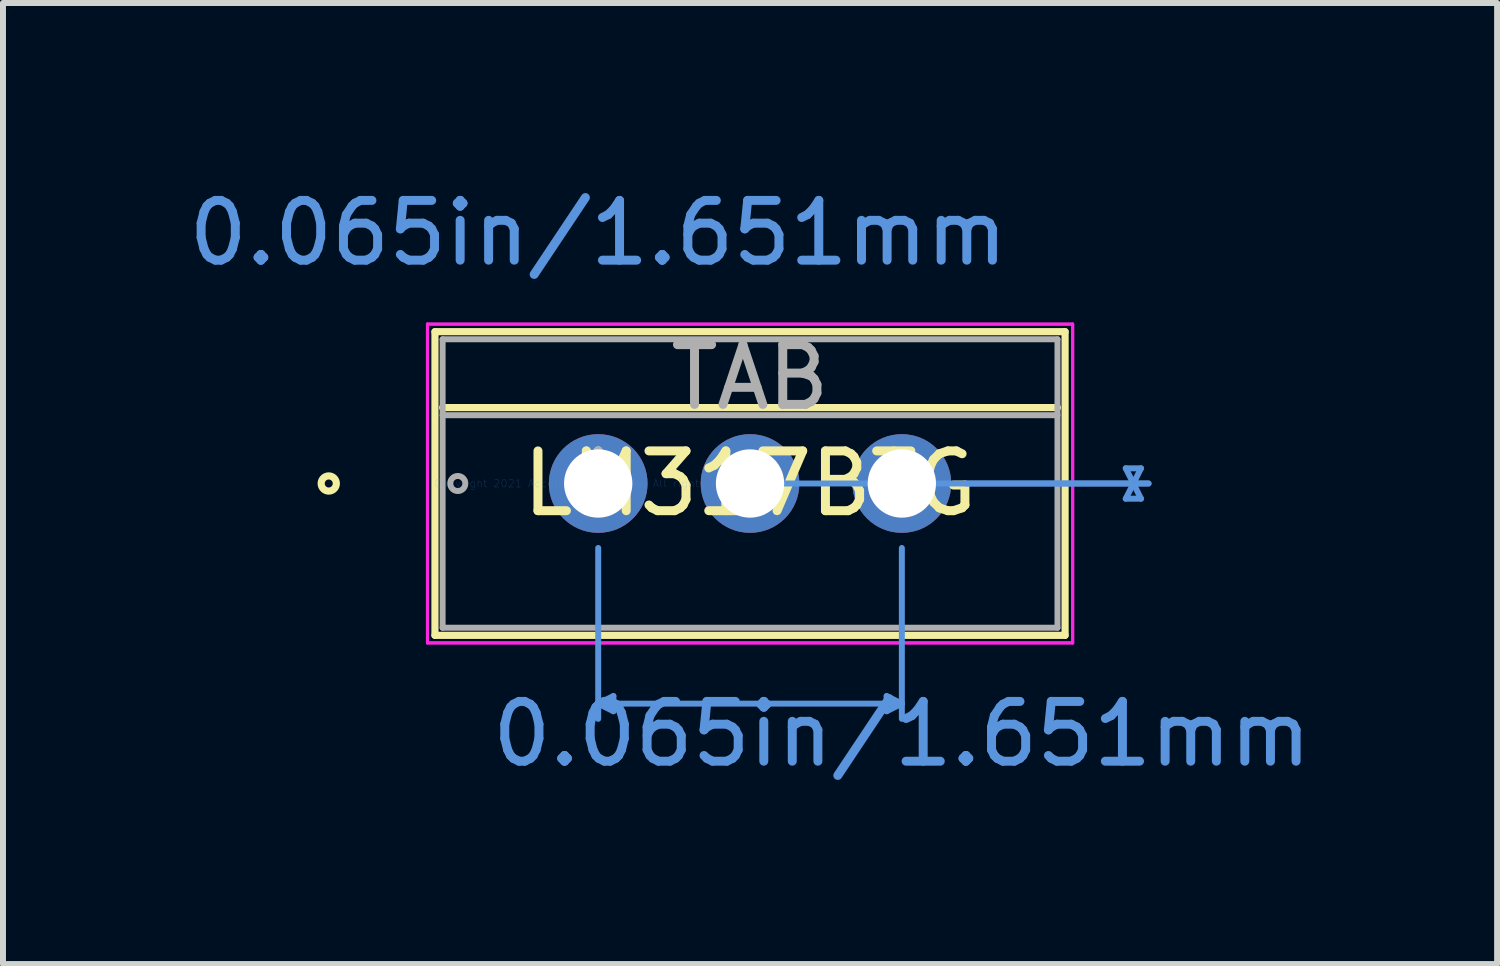
<source format=kicad_pcb>
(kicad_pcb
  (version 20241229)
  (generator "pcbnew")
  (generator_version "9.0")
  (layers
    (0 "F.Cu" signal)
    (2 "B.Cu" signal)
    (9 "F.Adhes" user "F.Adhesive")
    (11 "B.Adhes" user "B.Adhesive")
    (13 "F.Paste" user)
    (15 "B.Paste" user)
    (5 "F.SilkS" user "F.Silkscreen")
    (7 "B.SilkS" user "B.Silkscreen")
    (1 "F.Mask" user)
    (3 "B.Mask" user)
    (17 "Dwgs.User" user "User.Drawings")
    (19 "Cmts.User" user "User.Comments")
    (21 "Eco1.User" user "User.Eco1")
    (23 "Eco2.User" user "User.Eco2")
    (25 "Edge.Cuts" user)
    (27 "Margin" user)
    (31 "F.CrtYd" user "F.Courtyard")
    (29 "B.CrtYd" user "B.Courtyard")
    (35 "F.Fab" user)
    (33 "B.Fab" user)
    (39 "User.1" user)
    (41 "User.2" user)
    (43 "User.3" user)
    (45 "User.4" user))
  (footprint "LM317BTG"
    (layer "F.Cu")
    (at 6.958 5.039)
    (property "Reference" "LM317BTG" (at 2.54 0 0) (layer "F.SilkS") (effects (font (size 1 1) (thickness 0.15))))
    (attr through_hole)
    (fp_line (start -2.731 -2.54) (end -2.731 2.54) (stroke (width 0.12) (type solid)) (layer "F.SilkS"))
    (fp_line (start -2.731 2.54) (end 7.811 2.54) (stroke (width 0.12) (type solid)) (layer "F.SilkS"))
    (fp_line (start -2.603 -1.27) (end 7.684 -1.27) (stroke (width 0.12) (type solid)) (layer "F.SilkS"))
    (fp_line (start 7.811 -2.54) (end -2.731 -2.54) (stroke (width 0.12) (type solid)) (layer "F.SilkS"))
    (fp_line (start 7.811 2.54) (end 7.811 -2.54) (stroke (width 0.12) (type solid)) (layer "F.SilkS"))
    (fp_circle (center -4.508 0) (end -4.381 0) (stroke (width 0.12) (type solid)) (fill no) (layer "F.SilkS"))
    (fp_line (start 0 1.079) (end 0 3.937) (stroke (width 0.1) (type solid)) (layer "Cmts.User"))
    (fp_line (start 0 3.683) (end 0.254 3.556) (stroke (width 0.1) (type solid)) (layer "Cmts.User"))
    (fp_line (start 0.254 3.556) (end 0.254 3.81) (stroke (width 0.1) (type solid)) (layer "Cmts.User"))
    (fp_line (start 0.254 3.81) (end 0 3.683) (stroke (width 0.1) (type solid)) (layer "Cmts.User"))
    (fp_line (start 2.794 0) (end 9.207 0) (stroke (width 0.1) (type solid)) (layer "Cmts.User"))
    (fp_line (start 4.826 3.556) (end 4.826 3.81) (stroke (width 0.1) (type solid)) (layer "Cmts.User"))
    (fp_line (start 4.826 3.81) (end 5.08 3.683) (stroke (width 0.1) (type solid)) (layer "Cmts.User"))
    (fp_line (start 5.08 1.079) (end 5.08 3.937) (stroke (width 0.1) (type solid)) (layer "Cmts.User"))
    (fp_line (start 5.08 3.683) (end 0 3.683) (stroke (width 0.1) (type solid)) (layer "Cmts.User"))
    (fp_line (start 5.08 3.683) (end 4.826 3.556) (stroke (width 0.1) (type solid)) (layer "Cmts.User"))
    (fp_line (start 6.16 0) (end 9.207 0) (stroke (width 0.1) (type solid)) (layer "Cmts.User"))
    (fp_line (start 8.826 -0.254) (end 9.081 -0.254) (stroke (width 0.1) (type solid)) (layer "Cmts.User"))
    (fp_line (start 8.826 0.254) (end 9.081 0.254) (stroke (width 0.1) (type solid)) (layer "Cmts.User"))
    (fp_line (start 8.954 0) (end 8.826 -0.254) (stroke (width 0.1) (type solid)) (layer "Cmts.User"))
    (fp_line (start 8.954 0) (end 8.826 0.254) (stroke (width 0.1) (type solid)) (layer "Cmts.User"))
    (fp_line (start 8.954 0) (end 8.954 0) (stroke (width 0.1) (type solid)) (layer "Cmts.User"))
    (fp_line (start 9.081 -0.254) (end 8.954 0) (stroke (width 0.1) (type solid)) (layer "Cmts.User"))
    (fp_line (start 9.081 0.254) (end 8.954 0) (stroke (width 0.1) (type solid)) (layer "Cmts.User"))
    (fp_line (start -2.857 -2.667) (end -2.857 2.667) (stroke (width 0.05) (type solid)) (layer "F.CrtYd"))
    (fp_line (start -2.857 -2.667) (end -2.857 2.667) (stroke (width 0.05) (type solid)) (layer "F.CrtYd"))
    (fp_line (start -2.857 2.667) (end 7.938 2.667) (stroke (width 0.05) (type solid)) (layer "F.CrtYd"))
    (fp_line (start -2.857 2.667) (end 7.938 2.667) (stroke (width 0.05) (type solid)) (layer "F.CrtYd"))
    (fp_line (start 7.938 -2.667) (end -2.857 -2.667) (stroke (width 0.05) (type solid)) (layer "F.CrtYd"))
    (fp_line (start 7.938 -2.667) (end -2.857 -2.667) (stroke (width 0.05) (type solid)) (layer "F.CrtYd"))
    (fp_line (start 7.938 2.667) (end 7.938 -2.667) (stroke (width 0.05) (type solid)) (layer "F.CrtYd"))
    (fp_line (start 7.938 2.667) (end 7.938 -2.667) (stroke (width 0.05) (type solid)) (layer "F.CrtYd"))
    (fp_line (start -2.603 -2.413) (end -2.603 2.413) (stroke (width 0.1) (type solid)) (layer "F.Fab"))
    (fp_line (start -2.603 -1.143) (end 7.684 -1.143) (stroke (width 0.1) (type solid)) (layer "F.Fab"))
    (fp_line (start -2.603 2.413) (end 7.684 2.413) (stroke (width 0.1) (type solid)) (layer "F.Fab"))
    (fp_line (start 7.684 -2.413) (end -2.603 -2.413) (stroke (width 0.1) (type solid)) (layer "F.Fab"))
    (fp_line (start 7.684 2.413) (end 7.684 -2.413) (stroke (width 0.1) (type solid)) (layer "F.Fab"))
    (fp_circle (center -2.349 0) (end -2.223 0) (stroke (width 0.1) (type solid)) (fill no) (layer "F.Fab"))
    (fp_text user "*" (at 0 0 0) (layer "F.SilkS") (effects (font (size 1 1) (thickness 0.15))))
    (fp_text user "Copyright 2021 Accelerated Designs. All rights reserved." (at 0 0 0) (layer "Cmts.User") (effects (font (size 0.127 0.127) (thickness 0.002))))
    (fp_text user "0.065in/1.651mm" (at 5.08 4.191 0) (layer "Cmts.User") (effects (font (size 1 1) (thickness 0.15))))
    (fp_text user "0.065in/1.651mm" (at 0 -4.191 0) (layer "Cmts.User") (effects (font (size 1 1) (thickness 0.15))))
    (fp_text user "TAB" (at 2.54 -1.778 0) (layer "F.Fab") (effects (font (size 1 1) (thickness 0.15))))
    (fp_text user "*" (at 0 0 0) (layer "F.Fab") (effects (font (size 1 1) (thickness 0.15))))
    (pad "1" thru_hole circle (at 0 0) (size 1.651 1.651) (drill 1.143) (layers "*.Cu" "*.Mask"))
    (pad "2" thru_hole circle (at 2.54 0) (size 1.651 1.651) (drill 1.143) (layers "*.Cu" "*.Mask"))
    (pad "3" thru_hole circle (at 5.08 0) (size 1.651 1.651) (drill 1.143) (layers "*.Cu" "*.Mask")))
  (gr_rect
    (start -3 -3)
    (end 21.997 13.079)
    (stroke (width 0.1) (type default))
    (fill no)
    (layer "Edge.Cuts")))
</source>
